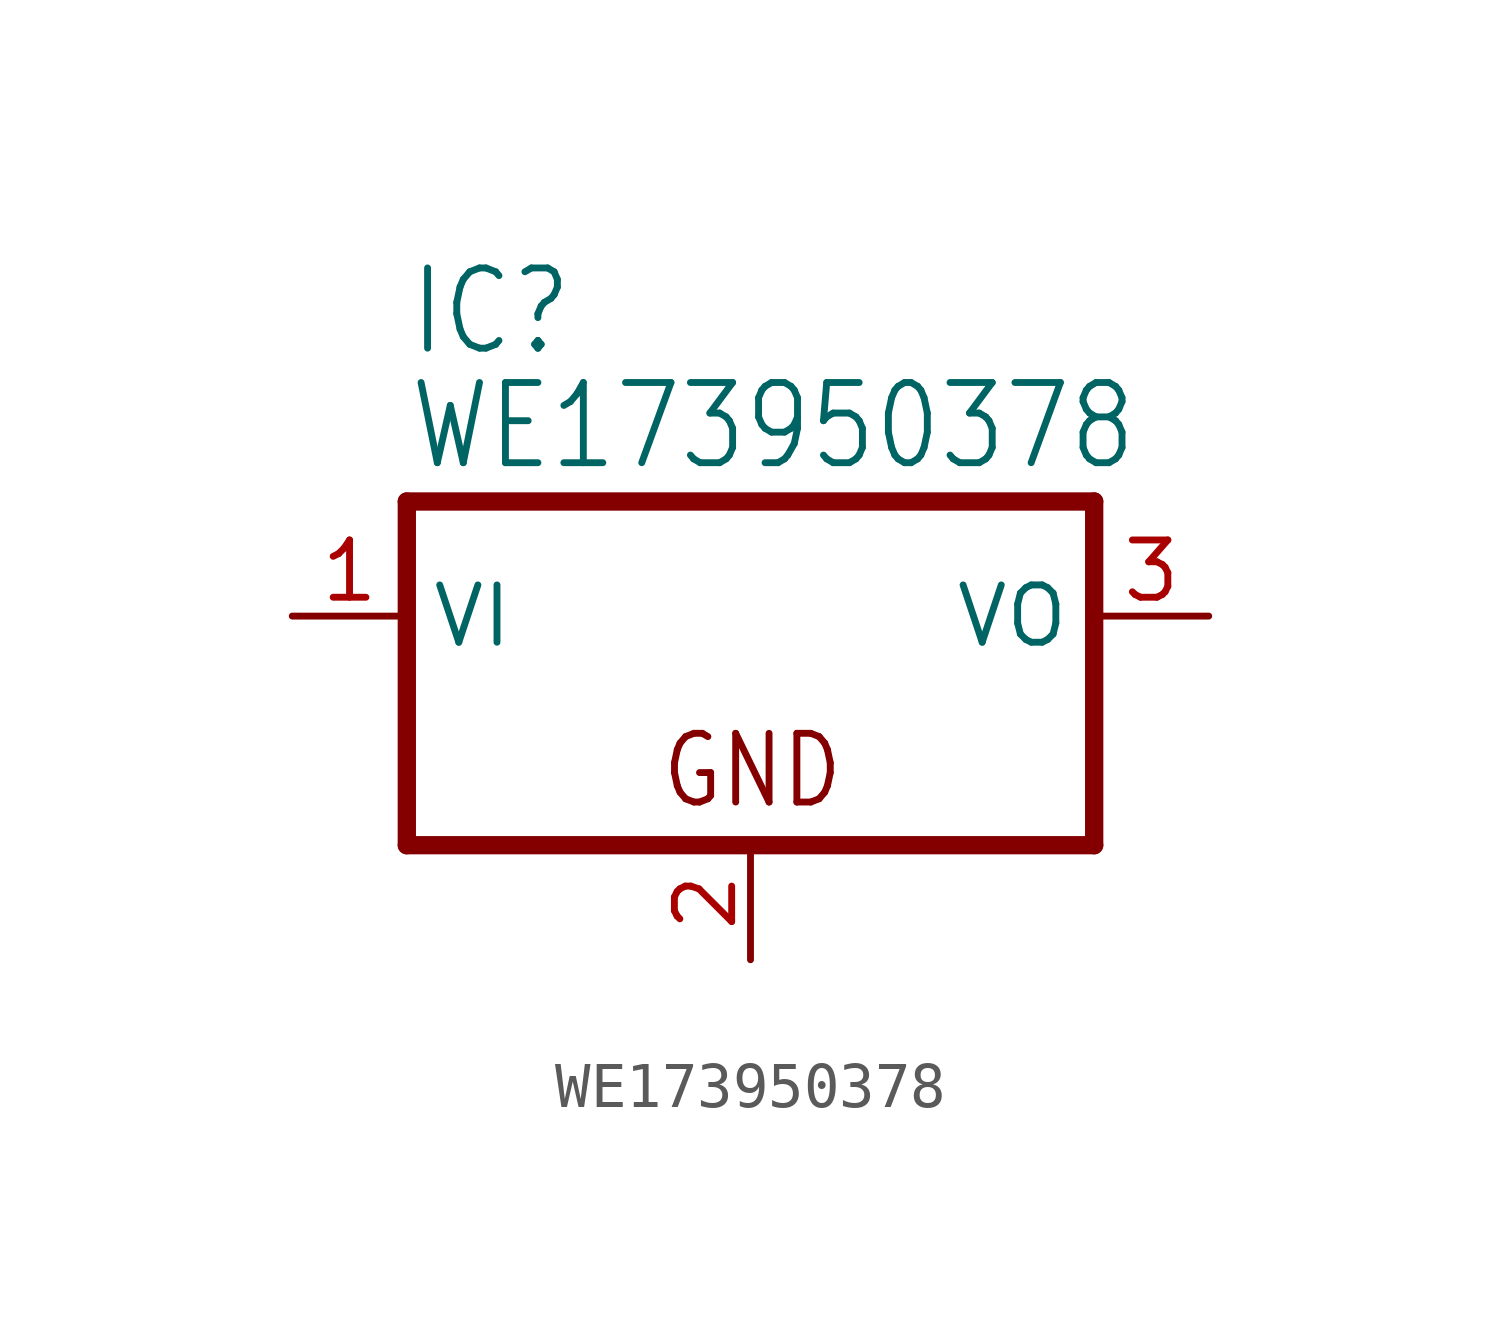
<source format=kicad_sym>
(kicad_symbol_lib
  (version 20211014)
  (generator kicad_symbol_editor)
  (symbol "WE173950378"
    (property "Reference" "IC"
      (at -7.62 5.715 0)
      (effects (font (size 1.778 1.511)) (justify left bottom)))
    (property "Value" "WE173950378"
      (at -7.62 3.175 0)
      (effects (font (size 1.778 1.511)) (justify left bottom)))
    (property "ki_locked" ""
      (at 0 0 0)
      (effects (font (size 1.27 1.27))))
    (symbol "WE173950378_1_0"
      (polyline (pts (xy -7.62 -5.08) (xy 7.62 -5.08)) (stroke (width 0.406) (type default) (color 0 0 0 0)) (fill (type none)))
      (polyline (pts (xy -7.62 2.54) (xy -7.62 -5.08)) (stroke (width 0.406) (type default) (color 0 0 0 0)) (fill (type none)))
      (polyline (pts (xy 7.62 -5.08) (xy 7.62 2.54)) (stroke (width 0.406) (type default) (color 0 0 0 0)) (fill (type none)))
      (polyline (pts (xy 7.62 2.54) (xy -7.62 2.54)) (stroke (width 0.406) (type default) (color 0 0 0 0)) (fill (type none)))
      (text "GND" (at -2.032 -4.318 0) (effects (font (size 1.524 1.295)) (justify left bottom)))
      (pin input line (at -10.16 0 0) (length 2.54) (name "VI" (effects (font (size 1.27 1.27)))) (number "1" (effects (font (size 1.27 1.27)))))
      (pin passive line (at 0 -7.62 90) (length 2.54) (name "GND" (effects (font (size 0 0)))) (number "2" (effects (font (size 1.27 1.27)))))
      (pin passive line (at 10.16 0 180) (length 2.54) (name "VO" (effects (font (size 1.27 1.27)))) (number "3" (effects (font (size 1.27 1.27))))))))
</source>
